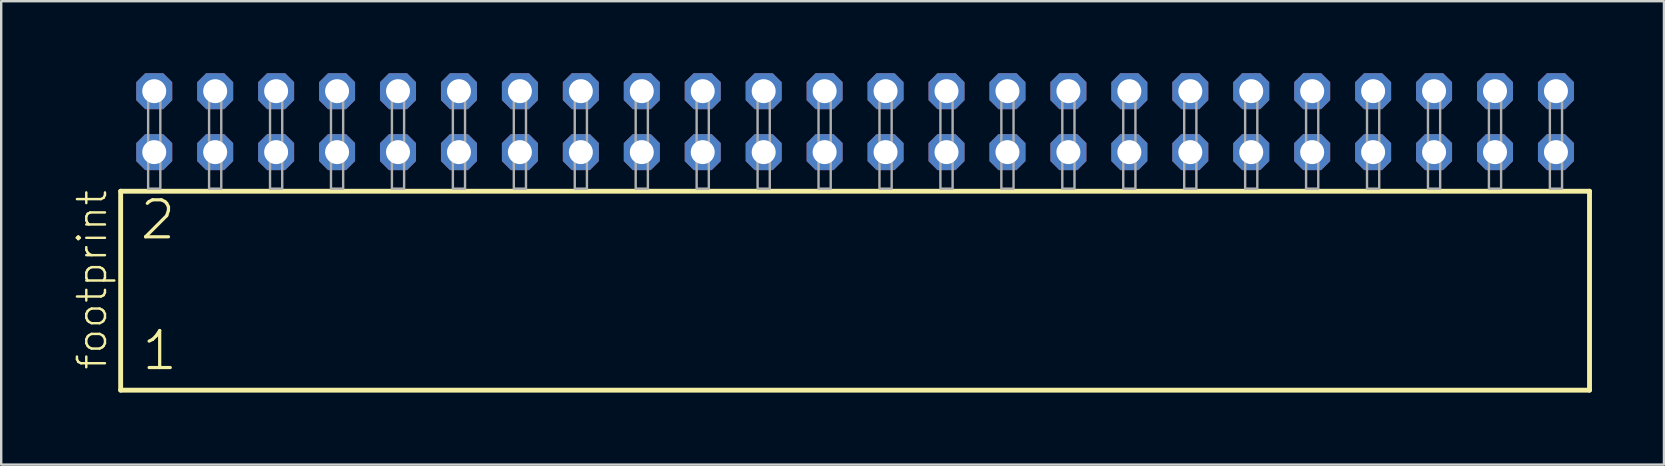
<source format=kicad_pcb>
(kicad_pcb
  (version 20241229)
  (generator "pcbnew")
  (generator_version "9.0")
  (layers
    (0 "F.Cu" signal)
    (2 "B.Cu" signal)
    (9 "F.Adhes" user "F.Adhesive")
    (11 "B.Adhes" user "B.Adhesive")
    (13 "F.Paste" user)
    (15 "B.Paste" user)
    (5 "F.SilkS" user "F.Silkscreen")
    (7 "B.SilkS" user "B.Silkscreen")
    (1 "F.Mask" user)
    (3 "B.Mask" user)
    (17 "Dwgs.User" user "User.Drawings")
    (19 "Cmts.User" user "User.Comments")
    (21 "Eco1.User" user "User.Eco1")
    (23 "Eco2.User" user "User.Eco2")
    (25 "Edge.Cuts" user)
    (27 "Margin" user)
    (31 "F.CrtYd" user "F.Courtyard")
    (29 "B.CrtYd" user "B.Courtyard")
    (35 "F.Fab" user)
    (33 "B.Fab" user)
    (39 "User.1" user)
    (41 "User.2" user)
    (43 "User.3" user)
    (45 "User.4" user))
  (footprint "footprint"
    (layer "F.Cu")
    (at 32.588 4.814)
    (property "Reference" "footprint" (at -31.115 7.62 90) (layer "F.SilkS") (effects (font (size 1.168 1.168) (thickness 0.102)) (justify left bottom)))
    (fp_line (start -30.609 0.106) (end -30.609 8.396) (stroke (width 0.203) (type solid)) (layer "F.SilkS"))
    (fp_line (start -30.609 8.396) (end 30.609 8.396) (stroke (width 0.203) (type solid)) (layer "F.SilkS"))
    (fp_line (start 30.609 0.106) (end -30.609 0.106) (stroke (width 0.203) (type solid)) (layer "F.SilkS"))
    (fp_line (start 30.609 8.396) (end 30.609 0.106) (stroke (width 0.203) (type solid)) (layer "F.SilkS"))
    (fp_poly (pts (xy -29.464 0) (xy -28.956 0) (xy -28.956 -4.318) (xy -29.464 -4.318)) (stroke (width 0.1) (type solid)) (fill no) (layer "F.Fab"))
    (fp_poly (pts (xy -26.924 0) (xy -26.416 0) (xy -26.416 -4.318) (xy -26.924 -4.318)) (stroke (width 0.1) (type solid)) (fill no) (layer "F.Fab"))
    (fp_poly (pts (xy -24.384 0) (xy -23.876 0) (xy -23.876 -4.318) (xy -24.384 -4.318)) (stroke (width 0.1) (type solid)) (fill no) (layer "F.Fab"))
    (fp_poly (pts (xy -21.844 0) (xy -21.336 0) (xy -21.336 -4.318) (xy -21.844 -4.318)) (stroke (width 0.1) (type solid)) (fill no) (layer "F.Fab"))
    (fp_poly (pts (xy -19.304 0) (xy -18.796 0) (xy -18.796 -4.318) (xy -19.304 -4.318)) (stroke (width 0.1) (type solid)) (fill no) (layer "F.Fab"))
    (fp_poly (pts (xy -16.764 0) (xy -16.256 0) (xy -16.256 -4.318) (xy -16.764 -4.318)) (stroke (width 0.1) (type solid)) (fill no) (layer "F.Fab"))
    (fp_poly (pts (xy -14.224 0) (xy -13.716 0) (xy -13.716 -4.318) (xy -14.224 -4.318)) (stroke (width 0.1) (type solid)) (fill no) (layer "F.Fab"))
    (fp_poly (pts (xy -11.684 0) (xy -11.176 0) (xy -11.176 -4.318) (xy -11.684 -4.318)) (stroke (width 0.1) (type solid)) (fill no) (layer "F.Fab"))
    (fp_poly (pts (xy -9.144 0) (xy -8.636 0) (xy -8.636 -4.318) (xy -9.144 -4.318)) (stroke (width 0.1) (type solid)) (fill no) (layer "F.Fab"))
    (fp_poly (pts (xy -6.604 0) (xy -6.096 0) (xy -6.096 -4.318) (xy -6.604 -4.318)) (stroke (width 0.1) (type solid)) (fill no) (layer "F.Fab"))
    (fp_poly (pts (xy -4.064 0) (xy -3.556 0) (xy -3.556 -4.318) (xy -4.064 -4.318)) (stroke (width 0.1) (type solid)) (fill no) (layer "F.Fab"))
    (fp_poly (pts (xy -1.524 0) (xy -1.016 0) (xy -1.016 -4.318) (xy -1.524 -4.318)) (stroke (width 0.1) (type solid)) (fill no) (layer "F.Fab"))
    (fp_poly (pts (xy 1.016 0) (xy 1.524 0) (xy 1.524 -4.318) (xy 1.016 -4.318)) (stroke (width 0.1) (type solid)) (fill no) (layer "F.Fab"))
    (fp_poly (pts (xy 3.556 0) (xy 4.064 0) (xy 4.064 -4.318) (xy 3.556 -4.318)) (stroke (width 0.1) (type solid)) (fill no) (layer "F.Fab"))
    (fp_poly (pts (xy 6.096 0) (xy 6.604 0) (xy 6.604 -4.318) (xy 6.096 -4.318)) (stroke (width 0.1) (type solid)) (fill no) (layer "F.Fab"))
    (fp_poly (pts (xy 8.636 0) (xy 9.144 0) (xy 9.144 -4.318) (xy 8.636 -4.318)) (stroke (width 0.1) (type solid)) (fill no) (layer "F.Fab"))
    (fp_poly (pts (xy 11.176 0) (xy 11.684 0) (xy 11.684 -4.318) (xy 11.176 -4.318)) (stroke (width 0.1) (type solid)) (fill no) (layer "F.Fab"))
    (fp_poly (pts (xy 13.716 0) (xy 14.224 0) (xy 14.224 -4.318) (xy 13.716 -4.318)) (stroke (width 0.1) (type solid)) (fill no) (layer "F.Fab"))
    (fp_poly (pts (xy 16.256 0) (xy 16.764 0) (xy 16.764 -4.318) (xy 16.256 -4.318)) (stroke (width 0.1) (type solid)) (fill no) (layer "F.Fab"))
    (fp_poly (pts (xy 18.796 0) (xy 19.304 0) (xy 19.304 -4.318) (xy 18.796 -4.318)) (stroke (width 0.1) (type solid)) (fill no) (layer "F.Fab"))
    (fp_poly (pts (xy 21.336 0) (xy 21.844 0) (xy 21.844 -4.318) (xy 21.336 -4.318)) (stroke (width 0.1) (type solid)) (fill no) (layer "F.Fab"))
    (fp_poly (pts (xy 23.876 0) (xy 24.384 0) (xy 24.384 -4.318) (xy 23.876 -4.318)) (stroke (width 0.1) (type solid)) (fill no) (layer "F.Fab"))
    (fp_poly (pts (xy 26.416 0) (xy 26.924 0) (xy 26.924 -4.318) (xy 26.416 -4.318)) (stroke (width 0.1) (type solid)) (fill no) (layer "F.Fab"))
    (fp_poly (pts (xy 28.956 0) (xy 29.464 0) (xy 29.464 -4.318) (xy 28.956 -4.318)) (stroke (width 0.1) (type solid)) (fill no) (layer "F.Fab"))
    (fp_text user "1" (at -29.805 7.65 0) (layer "F.SilkS") (effects (font (size 1.542 1.542) (thickness 0.134)) (justify left bottom)))
    (fp_text user "2" (at -29.88 2.2 0) (layer "F.SilkS") (effects (font (size 1.542 1.542) (thickness 0.134)) (justify left bottom)))
    (pad "1" thru_hole roundrect (at -29.21 -1.524) (size 1.5 1.5) (drill 1) (layers "*.Cu" "*.Mask") (roundrect_rratio 0.25) (chamfer_ratio 0.25) (chamfer top_left top_right bottom_left bottom_right))
    (pad "2" thru_hole roundrect (at -29.21 -4.064) (size 1.5 1.5) (drill 1) (layers "*.Cu" "*.Mask") (roundrect_rratio 0.25) (chamfer_ratio 0.25) (chamfer top_left top_right bottom_left bottom_right))
    (pad "3" thru_hole roundrect (at -26.67 -1.524) (size 1.5 1.5) (drill 1) (layers "*.Cu" "*.Mask") (roundrect_rratio 0.25) (chamfer_ratio 0.25) (chamfer top_left top_right bottom_left bottom_right))
    (pad "4" thru_hole roundrect (at -26.67 -4.064) (size 1.5 1.5) (drill 1) (layers "*.Cu" "*.Mask") (roundrect_rratio 0.25) (chamfer_ratio 0.25) (chamfer top_left top_right bottom_left bottom_right))
    (pad "5" thru_hole roundrect (at -24.13 -1.524) (size 1.5 1.5) (drill 1) (layers "*.Cu" "*.Mask") (roundrect_rratio 0.25) (chamfer_ratio 0.25) (chamfer top_left top_right bottom_left bottom_right))
    (pad "6" thru_hole roundrect (at -24.13 -4.064) (size 1.5 1.5) (drill 1) (layers "*.Cu" "*.Mask") (roundrect_rratio 0.25) (chamfer_ratio 0.25) (chamfer top_left top_right bottom_left bottom_right))
    (pad "7" thru_hole roundrect (at -21.59 -1.524) (size 1.5 1.5) (drill 1) (layers "*.Cu" "*.Mask") (roundrect_rratio 0.25) (chamfer_ratio 0.25) (chamfer top_left top_right bottom_left bottom_right))
    (pad "8" thru_hole roundrect (at -21.59 -4.064) (size 1.5 1.5) (drill 1) (layers "*.Cu" "*.Mask") (roundrect_rratio 0.25) (chamfer_ratio 0.25) (chamfer top_left top_right bottom_left bottom_right))
    (pad "9" thru_hole roundrect (at -19.05 -1.524) (size 1.5 1.5) (drill 1) (layers "*.Cu" "*.Mask") (roundrect_rratio 0.25) (chamfer_ratio 0.25) (chamfer top_left top_right bottom_left bottom_right))
    (pad "10" thru_hole roundrect (at -19.05 -4.064) (size 1.5 1.5) (drill 1) (layers "*.Cu" "*.Mask") (roundrect_rratio 0.25) (chamfer_ratio 0.25) (chamfer top_left top_right bottom_left bottom_right))
    (pad "11" thru_hole roundrect (at -16.51 -1.524) (size 1.5 1.5) (drill 1) (layers "*.Cu" "*.Mask") (roundrect_rratio 0.25) (chamfer_ratio 0.25) (chamfer top_left top_right bottom_left bottom_right))
    (pad "12" thru_hole roundrect (at -16.51 -4.064) (size 1.5 1.5) (drill 1) (layers "*.Cu" "*.Mask") (roundrect_rratio 0.25) (chamfer_ratio 0.25) (chamfer top_left top_right bottom_left bottom_right))
    (pad "13" thru_hole roundrect (at -13.97 -1.524) (size 1.5 1.5) (drill 1) (layers "*.Cu" "*.Mask") (roundrect_rratio 0.25) (chamfer_ratio 0.25) (chamfer top_left top_right bottom_left bottom_right))
    (pad "14" thru_hole roundrect (at -13.97 -4.064) (size 1.5 1.5) (drill 1) (layers "*.Cu" "*.Mask") (roundrect_rratio 0.25) (chamfer_ratio 0.25) (chamfer top_left top_right bottom_left bottom_right))
    (pad "15" thru_hole roundrect (at -11.43 -1.524) (size 1.5 1.5) (drill 1) (layers "*.Cu" "*.Mask") (roundrect_rratio 0.25) (chamfer_ratio 0.25) (chamfer top_left top_right bottom_left bottom_right))
    (pad "16" thru_hole roundrect (at -11.43 -4.064) (size 1.5 1.5) (drill 1) (layers "*.Cu" "*.Mask") (roundrect_rratio 0.25) (chamfer_ratio 0.25) (chamfer top_left top_right bottom_left bottom_right))
    (pad "17" thru_hole roundrect (at -8.89 -1.524) (size 1.5 1.5) (drill 1) (layers "*.Cu" "*.Mask") (roundrect_rratio 0.25) (chamfer_ratio 0.25) (chamfer top_left top_right bottom_left bottom_right))
    (pad "18" thru_hole roundrect (at -8.89 -4.064) (size 1.5 1.5) (drill 1) (layers "*.Cu" "*.Mask") (roundrect_rratio 0.25) (chamfer_ratio 0.25) (chamfer top_left top_right bottom_left bottom_right))
    (pad "19" thru_hole roundrect (at -6.35 -1.524) (size 1.5 1.5) (drill 1) (layers "*.Cu" "*.Mask") (roundrect_rratio 0.25) (chamfer_ratio 0.25) (chamfer top_left top_right bottom_left bottom_right))
    (pad "20" thru_hole roundrect (at -6.35 -4.064) (size 1.5 1.5) (drill 1) (layers "*.Cu" "*.Mask") (roundrect_rratio 0.25) (chamfer_ratio 0.25) (chamfer top_left top_right bottom_left bottom_right))
    (pad "21" thru_hole roundrect (at -3.81 -1.524) (size 1.5 1.5) (drill 1) (layers "*.Cu" "*.Mask") (roundrect_rratio 0.25) (chamfer_ratio 0.25) (chamfer top_left top_right bottom_left bottom_right))
    (pad "22" thru_hole roundrect (at -3.81 -4.064) (size 1.5 1.5) (drill 1) (layers "*.Cu" "*.Mask") (roundrect_rratio 0.25) (chamfer_ratio 0.25) (chamfer top_left top_right bottom_left bottom_right))
    (pad "23" thru_hole roundrect (at -1.27 -1.524) (size 1.5 1.5) (drill 1) (layers "*.Cu" "*.Mask") (roundrect_rratio 0.25) (chamfer_ratio 0.25) (chamfer top_left top_right bottom_left bottom_right))
    (pad "24" thru_hole roundrect (at -1.27 -4.064) (size 1.5 1.5) (drill 1) (layers "*.Cu" "*.Mask") (roundrect_rratio 0.25) (chamfer_ratio 0.25) (chamfer top_left top_right bottom_left bottom_right))
    (pad "25" thru_hole roundrect (at 1.27 -1.524) (size 1.5 1.5) (drill 1) (layers "*.Cu" "*.Mask") (roundrect_rratio 0.25) (chamfer_ratio 0.25) (chamfer top_left top_right bottom_left bottom_right))
    (pad "26" thru_hole roundrect (at 1.27 -4.064) (size 1.5 1.5) (drill 1) (layers "*.Cu" "*.Mask") (roundrect_rratio 0.25) (chamfer_ratio 0.25) (chamfer top_left top_right bottom_left bottom_right))
    (pad "27" thru_hole roundrect (at 3.81 -1.524) (size 1.5 1.5) (drill 1) (layers "*.Cu" "*.Mask") (roundrect_rratio 0.25) (chamfer_ratio 0.25) (chamfer top_left top_right bottom_left bottom_right))
    (pad "28" thru_hole roundrect (at 3.81 -4.064) (size 1.5 1.5) (drill 1) (layers "*.Cu" "*.Mask") (roundrect_rratio 0.25) (chamfer_ratio 0.25) (chamfer top_left top_right bottom_left bottom_right))
    (pad "29" thru_hole roundrect (at 6.35 -1.524) (size 1.5 1.5) (drill 1) (layers "*.Cu" "*.Mask") (roundrect_rratio 0.25) (chamfer_ratio 0.25) (chamfer top_left top_right bottom_left bottom_right))
    (pad "30" thru_hole roundrect (at 6.35 -4.064) (size 1.5 1.5) (drill 1) (layers "*.Cu" "*.Mask") (roundrect_rratio 0.25) (chamfer_ratio 0.25) (chamfer top_left top_right bottom_left bottom_right))
    (pad "31" thru_hole roundrect (at 8.89 -1.524) (size 1.5 1.5) (drill 1) (layers "*.Cu" "*.Mask") (roundrect_rratio 0.25) (chamfer_ratio 0.25) (chamfer top_left top_right bottom_left bottom_right))
    (pad "32" thru_hole roundrect (at 8.89 -4.064) (size 1.5 1.5) (drill 1) (layers "*.Cu" "*.Mask") (roundrect_rratio 0.25) (chamfer_ratio 0.25) (chamfer top_left top_right bottom_left bottom_right))
    (pad "33" thru_hole roundrect (at 11.43 -1.524) (size 1.5 1.5) (drill 1) (layers "*.Cu" "*.Mask") (roundrect_rratio 0.25) (chamfer_ratio 0.25) (chamfer top_left top_right bottom_left bottom_right))
    (pad "34" thru_hole roundrect (at 11.43 -4.064) (size 1.5 1.5) (drill 1) (layers "*.Cu" "*.Mask") (roundrect_rratio 0.25) (chamfer_ratio 0.25) (chamfer top_left top_right bottom_left bottom_right))
    (pad "35" thru_hole roundrect (at 13.97 -1.524) (size 1.5 1.5) (drill 1) (layers "*.Cu" "*.Mask") (roundrect_rratio 0.25) (chamfer_ratio 0.25) (chamfer top_left top_right bottom_left bottom_right))
    (pad "36" thru_hole roundrect (at 13.97 -4.064) (size 1.5 1.5) (drill 1) (layers "*.Cu" "*.Mask") (roundrect_rratio 0.25) (chamfer_ratio 0.25) (chamfer top_left top_right bottom_left bottom_right))
    (pad "37" thru_hole roundrect (at 16.51 -1.524) (size 1.5 1.5) (drill 1) (layers "*.Cu" "*.Mask") (roundrect_rratio 0.25) (chamfer_ratio 0.25) (chamfer top_left top_right bottom_left bottom_right))
    (pad "38" thru_hole roundrect (at 16.51 -4.064) (size 1.5 1.5) (drill 1) (layers "*.Cu" "*.Mask") (roundrect_rratio 0.25) (chamfer_ratio 0.25) (chamfer top_left top_right bottom_left bottom_right))
    (pad "39" thru_hole roundrect (at 19.05 -1.524) (size 1.5 1.5) (drill 1) (layers "*.Cu" "*.Mask") (roundrect_rratio 0.25) (chamfer_ratio 0.25) (chamfer top_left top_right bottom_left bottom_right))
    (pad "40" thru_hole roundrect (at 19.05 -4.064) (size 1.5 1.5) (drill 1) (layers "*.Cu" "*.Mask") (roundrect_rratio 0.25) (chamfer_ratio 0.25) (chamfer top_left top_right bottom_left bottom_right))
    (pad "41" thru_hole roundrect (at 21.59 -1.524) (size 1.5 1.5) (drill 1) (layers "*.Cu" "*.Mask") (roundrect_rratio 0.25) (chamfer_ratio 0.25) (chamfer top_left top_right bottom_left bottom_right))
    (pad "42" thru_hole roundrect (at 21.59 -4.064) (size 1.5 1.5) (drill 1) (layers "*.Cu" "*.Mask") (roundrect_rratio 0.25) (chamfer_ratio 0.25) (chamfer top_left top_right bottom_left bottom_right))
    (pad "43" thru_hole roundrect (at 24.13 -1.524) (size 1.5 1.5) (drill 1) (layers "*.Cu" "*.Mask") (roundrect_rratio 0.25) (chamfer_ratio 0.25) (chamfer top_left top_right bottom_left bottom_right))
    (pad "44" thru_hole roundrect (at 24.13 -4.064) (size 1.5 1.5) (drill 1) (layers "*.Cu" "*.Mask") (roundrect_rratio 0.25) (chamfer_ratio 0.25) (chamfer top_left top_right bottom_left bottom_right))
    (pad "45" thru_hole roundrect (at 26.67 -1.524) (size 1.5 1.5) (drill 1) (layers "*.Cu" "*.Mask") (roundrect_rratio 0.25) (chamfer_ratio 0.25) (chamfer top_left top_right bottom_left bottom_right))
    (pad "46" thru_hole roundrect (at 26.67 -4.064) (size 1.5 1.5) (drill 1) (layers "*.Cu" "*.Mask") (roundrect_rratio 0.25) (chamfer_ratio 0.25) (chamfer top_left top_right bottom_left bottom_right))
    (pad "47" thru_hole roundrect (at 29.21 -1.524) (size 1.5 1.5) (drill 1) (layers "*.Cu" "*.Mask") (roundrect_rratio 0.25) (chamfer_ratio 0.25) (chamfer top_left top_right bottom_left bottom_right))
    (pad "48" thru_hole roundrect (at 29.21 -4.064) (size 1.5 1.5) (drill 1) (layers "*.Cu" "*.Mask") (roundrect_rratio 0.25) (chamfer_ratio 0.25) (chamfer top_left top_right bottom_left bottom_right)))
  (gr_rect
    (start -3 -3)
    (end 66.299 16.312)
    (stroke (width 0.1) (type default))
    (fill no)
    (layer "Edge.Cuts")))
</source>
